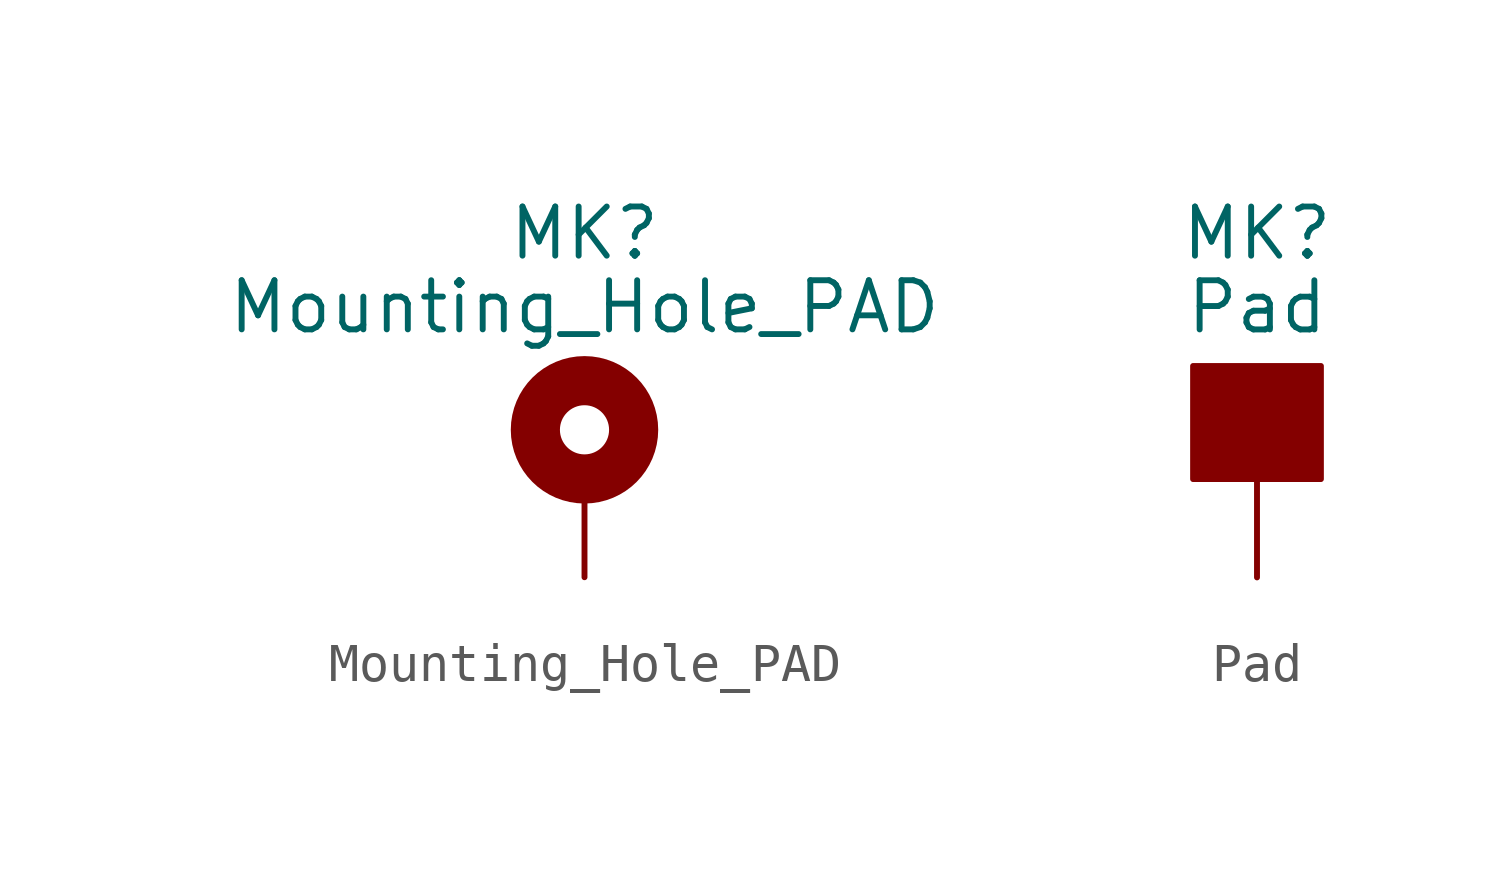
<source format=kicad_sym>
(kicad_symbol_lib
  (version 20211014)
  (generator kicad_symbol_editor)
  (symbol "Mounting_Hole_PAD"
    (pin_numbers hide)
    (pin_names
      (offset 1.016) hide)
    (property "Reference" "MK"
      (at 0 6.35 0)
      (effects (font (size 1.27 1.27))))
    (property "Value" "Mounting_Hole_PAD"
      (at 0 4.445 0)
      (effects (font (size 1.27 1.27))))
    (symbol "Mounting_Hole_PAD_0_1"
      (circle (center 0 1.27) (radius 1.27) (stroke (width 1.27) (type default)) (fill (type none))))
    (symbol "Mounting_Hole_PAD_1_1"
      (pin input line (at 0 -2.54 90) (length 2.54) (name "1" (effects (font (size 1.27 1.27)))) (number "1" (effects (font (size 1.27 1.27)))))))
  (symbol "Pad"
    (pin_numbers hide)
    (pin_names
      (offset 1.016) hide)
    (property "Reference" "MK"
      (at 0 6.35 0)
      (effects (font (size 1.27 1.27))))
    (property "Value" "Pad"
      (at 0 4.445 0)
      (effects (font (size 1.27 1.27))))
    (symbol "Pad_0_1"
      (rectangle (start -1.651 2.921) (end 1.651 0) (stroke (width 0) (type default)) (fill (type outline))))
    (symbol "Pad_1_1"
      (pin input line (at 0 -2.54 90) (length 2.54) (name "1" (effects (font (size 1.27 1.27)))) (number "1" (effects (font (size 1.27 1.27))))))))
</source>
